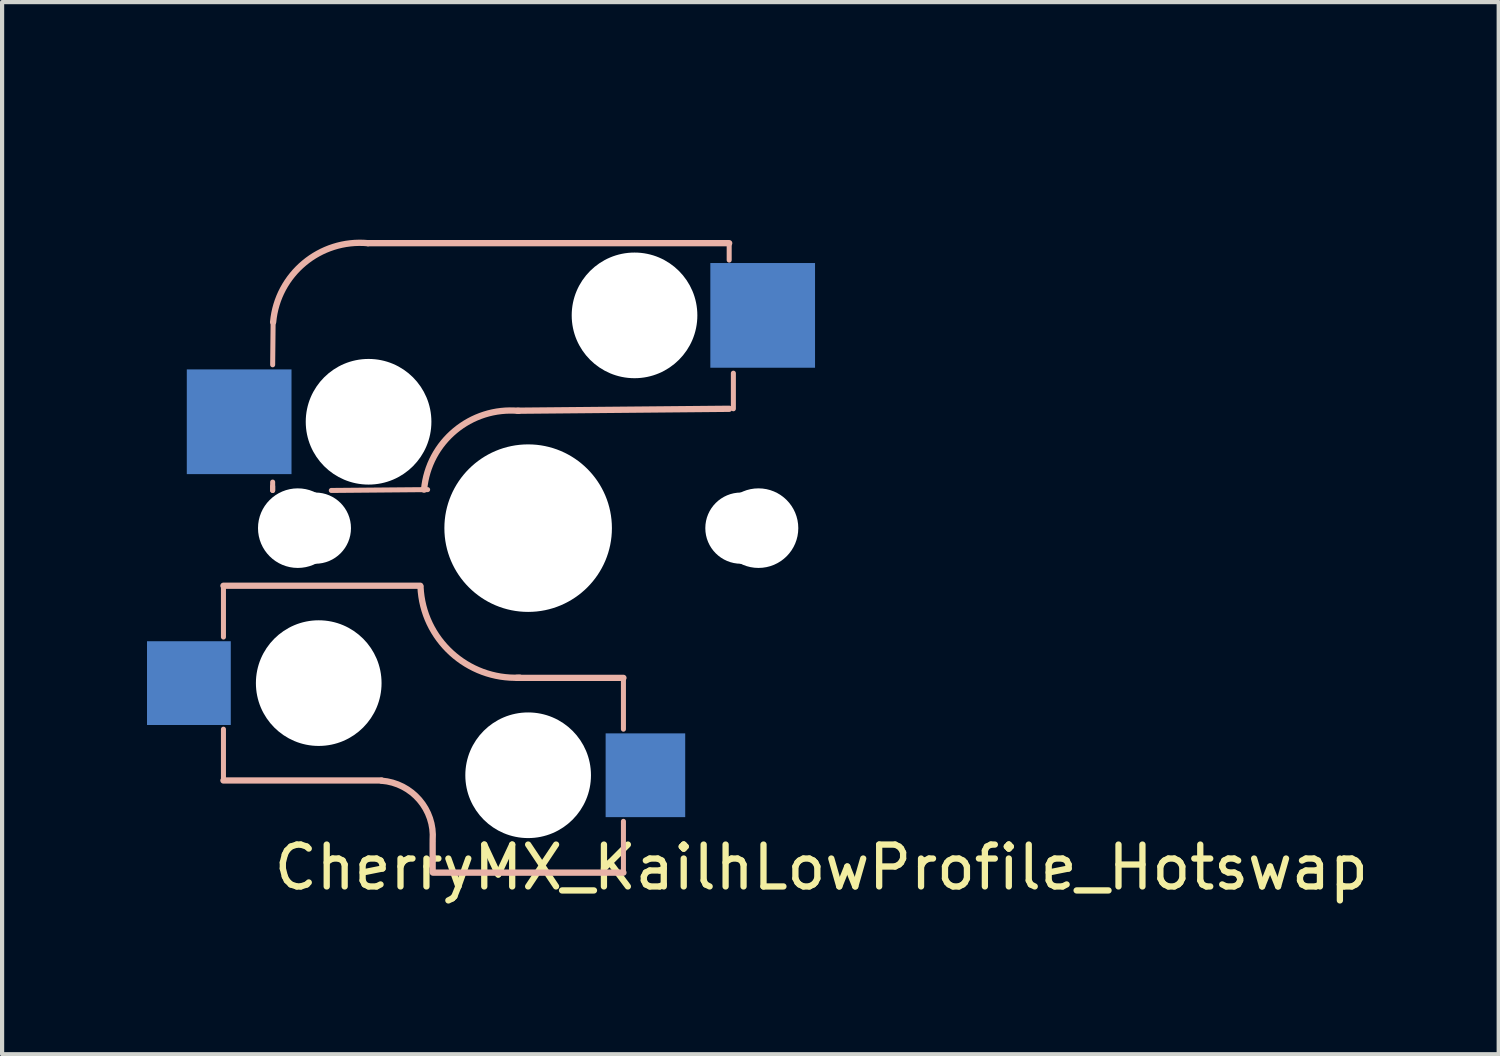
<source format=kicad_pcb>
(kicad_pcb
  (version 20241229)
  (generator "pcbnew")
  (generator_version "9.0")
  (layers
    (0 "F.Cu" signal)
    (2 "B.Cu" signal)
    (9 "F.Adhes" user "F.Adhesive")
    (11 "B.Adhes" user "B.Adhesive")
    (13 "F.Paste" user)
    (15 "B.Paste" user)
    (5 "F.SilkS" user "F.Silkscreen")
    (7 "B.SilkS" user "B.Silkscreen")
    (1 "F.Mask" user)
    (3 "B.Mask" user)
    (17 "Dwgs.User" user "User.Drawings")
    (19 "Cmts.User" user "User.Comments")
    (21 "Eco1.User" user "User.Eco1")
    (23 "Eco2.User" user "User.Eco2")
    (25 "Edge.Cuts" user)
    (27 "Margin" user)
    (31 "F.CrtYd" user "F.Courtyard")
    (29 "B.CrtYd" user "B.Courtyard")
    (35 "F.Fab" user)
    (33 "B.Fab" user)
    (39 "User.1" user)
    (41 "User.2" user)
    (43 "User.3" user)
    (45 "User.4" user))
  (footprint "CherryMX_KailhLowProfile_Hotswap"
    (layer "F.Cu")
    (at 9.56 9.56)
    (property "Reference" "CherryMX_KailhLowProfile_Hotswap" (at 7 8.1 0) (layer "F.SilkS") (effects (font (size 1 1) (thickness 0.15))))
    (attr smd)
    (fp_line (start -7.275 1.375) (end -7.275 2.6) (stroke (width 0.12) (type solid)) (layer "B.SilkS"))
    (fp_line (start -7.275 4.8) (end -7.275 6.025) (stroke (width 0.12) (type solid)) (layer "B.SilkS"))
    (fp_line (start -6.1 -1) (end -6.1 -0.9) (stroke (width 0.12) (type solid)) (layer "B.SilkS"))
    (fp_line (start -6.1 -0.9) (end -6.1 -1.1) (stroke (width 0.12) (type solid)) (layer "B.SilkS"))
    (fp_line (start -6.089 -4.92) (end -6.1 -3.9) (stroke (width 0.12) (type solid)) (layer "B.SilkS"))
    (fp_line (start -4.7 -0.9) (end -2.4 -0.92) (stroke (width 0.12) (type solid)) (layer "B.SilkS"))
    (fp_line (start -3.5 6.025) (end -7.275 6.025) (stroke (width 0.15) (type solid)) (layer "B.SilkS"))
    (fp_line (start -2.575 1.375) (end -7.275 1.375) (stroke (width 0.15) (type solid)) (layer "B.SilkS"))
    (fp_line (start -2.28 7.5) (end -2.28 8.2) (stroke (width 0.15) (type solid)) (layer "B.SilkS"))
    (fp_line (start 2.275 3.575) (end -0.275 3.575) (stroke (width 0.15) (type solid)) (layer "B.SilkS"))
    (fp_line (start 2.275 3.575) (end 2.275 4.8) (stroke (width 0.12) (type solid)) (layer "B.SilkS"))
    (fp_line (start 2.275 7) (end 2.275 8.225) (stroke (width 0.12) (type solid)) (layer "B.SilkS"))
    (fp_line (start 2.275 8.225) (end -2.275 8.225) (stroke (width 0.15) (type solid)) (layer "B.SilkS"))
    (fp_line (start 4.8 -6.804) (end -3.825 -6.804) (stroke (width 0.15) (type solid)) (layer "B.SilkS"))
    (fp_line (start 4.8 -6.4) (end 4.8 -6.804) (stroke (width 0.12) (type solid)) (layer "B.SilkS"))
    (fp_line (start 4.8 -2.85) (end -0.25 -2.804) (stroke (width 0.15) (type solid)) (layer "B.SilkS"))
    (fp_line (start 4.9 -2.85) (end 4.9 -3.7) (stroke (width 0.12) (type solid)) (layer "B.SilkS"))
    (fp_arc (start -6.089 -4.92) (mid -5.347189 -6.33089) (end -3.825 -6.804) (stroke (width 0.15) (type solid)) (layer "B.SilkS"))
    (fp_arc (start -3.5 6.03) (mid -2.595908 6.48733) (end -2.28 7.45) (stroke (width 0.15) (type solid)) (layer "B.SilkS"))
    (fp_arc (start -2.485 -0.92) (mid -1.744361 -2.328061) (end -0.225 -2.8) (stroke (width 0.15) (type solid)) (layer "B.SilkS"))
    (fp_arc (start -0.2 3.57) (mid -1.834422 2.975843) (end -2.57 1.4) (stroke (width 0.15) (type solid)) (layer "B.SilkS"))
    (fp_line (start -7 -7) (end 7 -7) (stroke (width 0.15) (type solid)) (layer "Eco2.User"))
    (fp_line (start -7 7) (end -7 -7) (stroke (width 0.15) (type solid)) (layer "Eco2.User"))
    (fp_line (start 7 -7) (end 7 7) (stroke (width 0.15) (type solid)) (layer "Eco2.User"))
    (fp_line (start 7 7) (end -7 7) (stroke (width 0.15) (type solid)) (layer "Eco2.User"))
    (fp_line (start -9.5 -9.5) (end 9.5 -9.5) (stroke (width 0.12) (type solid)) (layer "User.1"))
    (fp_line (start -9.5 9.5) (end -9.5 -9.5) (stroke (width 0.12) (type solid)) (layer "User.1"))
    (fp_line (start 9.5 -9.5) (end 9.5 9.5) (stroke (width 0.12) (type solid)) (layer "User.1"))
    (fp_line (start 9.5 9.5) (end -9.5 9.5) (stroke (width 0.12) (type solid)) (layer "User.1"))
    (pad "" np_thru_hole circle (at -5.5 0 90) (size 1.9 1.9) (drill 1.9) (layers "*.Cu" "*.Mask"))
    (pad "" np_thru_hole circle (at -5.08 0) (size 1.7 1.7) (drill 1.7) (layers "*.Cu" "*.Mask"))
    (pad "" np_thru_hole circle (at -5 3.7 90) (size 3 3) (drill 3) (layers "*.Cu" "*.Mask"))
    (pad "" np_thru_hole circle (at -3.825 -2.58 180) (size 0.1 0.1) (drill 0.1) (layers "*.Cu" "*.Mask"))
    (pad "" np_thru_hole circle (at -3.81 -2.54 180) (size 3 3) (drill 3) (layers "*.Cu" "*.Mask"))
    (pad "" np_thru_hole circle (at 0 0 90) (size 4 4) (drill 4) (layers "*.Cu" "*.Mask"))
    (pad "" np_thru_hole circle (at 0 5.9 90) (size 3 3) (drill 3) (layers "*.Cu" "*.Mask"))
    (pad "" np_thru_hole circle (at 2.54 -5.08 180) (size 3 3) (drill 3) (layers "*.Cu" "*.Mask"))
    (pad "" np_thru_hole circle (at 5.08 0) (size 1.7 1.7) (drill 1.7) (layers "*.Cu" "*.Mask"))
    (pad "" np_thru_hole circle (at 5.5 0 90) (size 1.9 1.9) (drill 1.9) (layers "*.Cu" "*.Mask"))
    (pad "1" smd rect (at -8.1 3.7 180) (size 2 2) (layers "B.Cu" "B.Mask" "B.Paste"))
    (pad "1" smd rect (at -6.9 -2.54 180) (size 2.5 2.5) (layers "B.Cu" "B.Mask" "B.Paste"))
    (pad "2" smd rect (at 2.8 5.9 180) (size 1.9 2) (layers "B.Cu" "B.Mask" "B.Paste"))
    (pad "2" smd rect (at 5.6 -5.08 180) (size 2.5 2.5) (layers "B.Cu" "B.Mask" "B.Paste")))
  (gr_rect
    (start -3 -3)
    (end 32.733 22.12)
    (stroke (width 0.1) (type default))
    (fill no)
    (layer "Edge.Cuts")))
</source>
